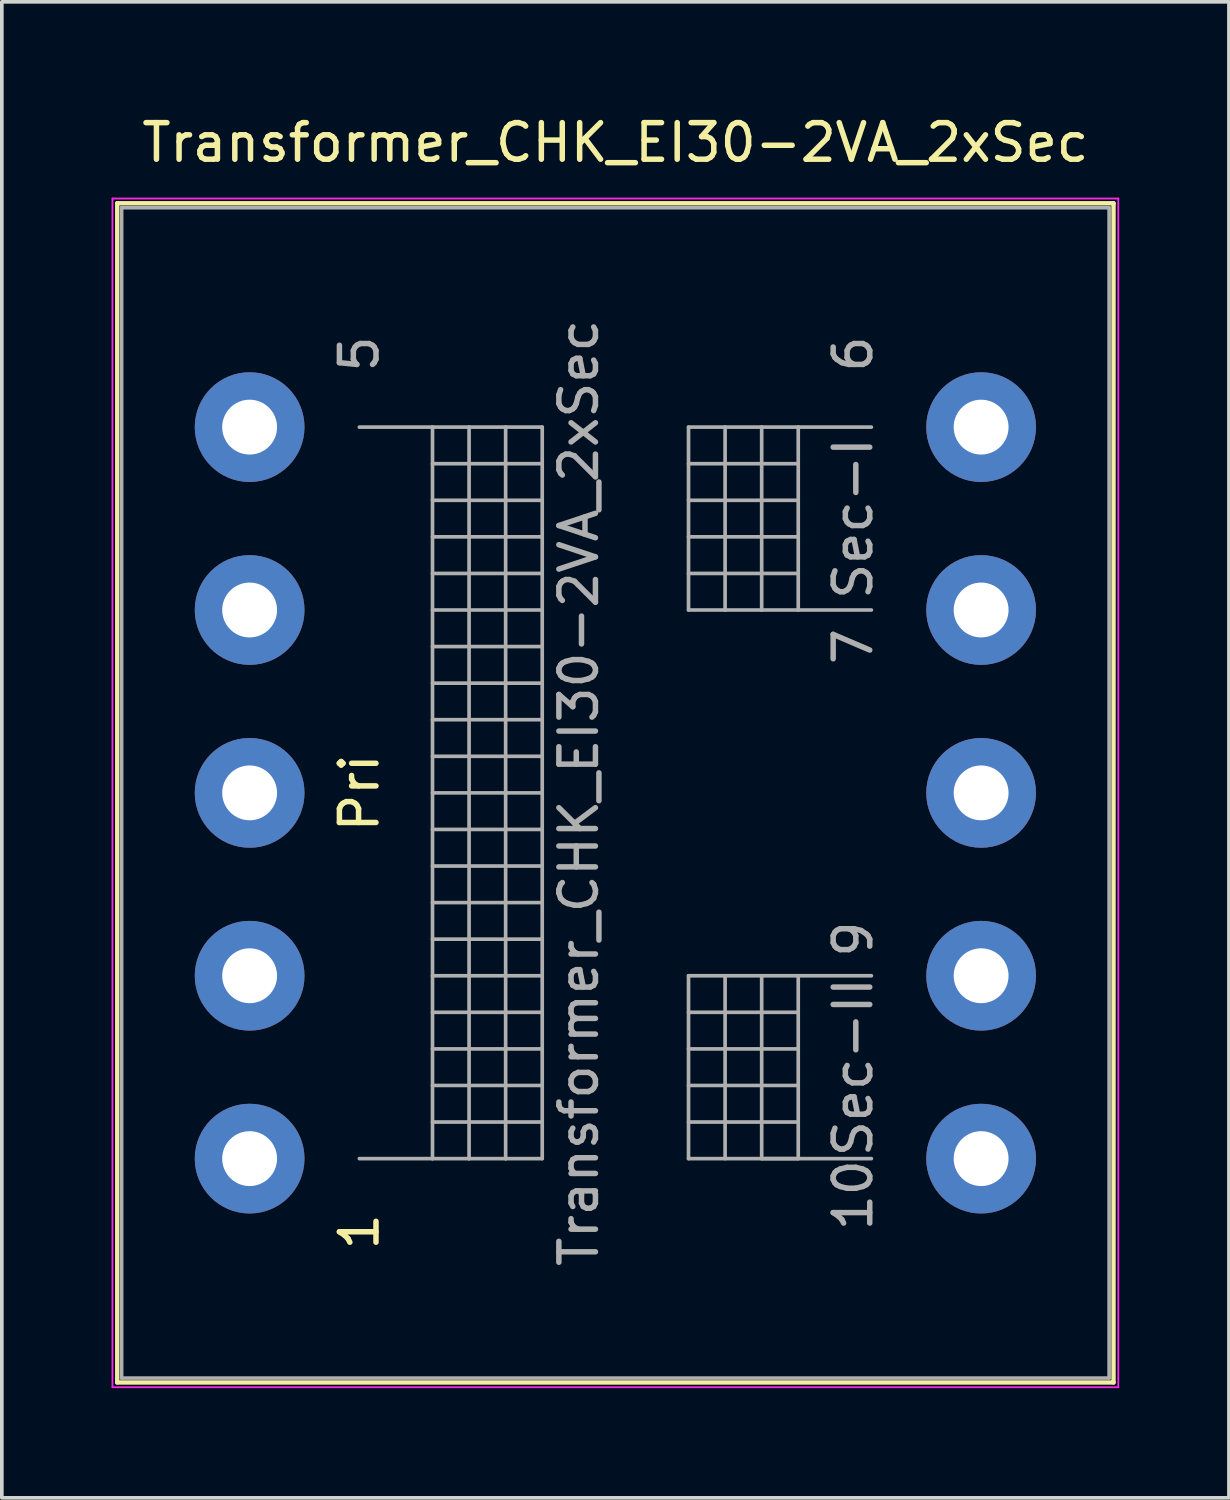
<source format=kicad_pcb>
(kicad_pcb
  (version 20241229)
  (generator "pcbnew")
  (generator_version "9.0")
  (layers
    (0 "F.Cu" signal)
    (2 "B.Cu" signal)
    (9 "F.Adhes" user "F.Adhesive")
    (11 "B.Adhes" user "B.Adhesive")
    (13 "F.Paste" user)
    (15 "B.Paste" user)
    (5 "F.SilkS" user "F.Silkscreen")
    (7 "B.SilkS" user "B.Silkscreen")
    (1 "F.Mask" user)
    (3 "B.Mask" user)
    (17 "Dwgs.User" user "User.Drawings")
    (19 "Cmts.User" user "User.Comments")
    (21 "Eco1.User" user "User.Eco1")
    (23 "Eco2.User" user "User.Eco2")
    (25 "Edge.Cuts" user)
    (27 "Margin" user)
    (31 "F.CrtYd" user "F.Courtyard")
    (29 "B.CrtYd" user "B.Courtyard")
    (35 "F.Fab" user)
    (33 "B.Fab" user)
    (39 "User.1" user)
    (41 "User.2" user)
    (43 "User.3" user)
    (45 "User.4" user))
  (footprint "Transformer_CHK_EI30-2VA_2xSec"
    (layer "F.Cu")
    (at 3.775 28.628)
    (property "Reference" "Transformer_CHK_EI30-2VA_2xSec" (at 10 -27.78 0) (layer "F.SilkS") (effects (font (size 1 1) (thickness 0.15))))
    (attr through_hole)
    (fp_line (start -3.62 -26.12) (end -3.62 6.12) (stroke (width 0.12) (type solid)) (layer "F.SilkS"))
    (fp_line (start -3.62 -26.12) (end 23.62 -26.12) (stroke (width 0.12) (type solid)) (layer "F.SilkS"))
    (fp_line (start 23.62 6.12) (end -3.62 6.12) (stroke (width 0.12) (type solid)) (layer "F.SilkS"))
    (fp_line (start 23.62 6.12) (end 23.62 -26.12) (stroke (width 0.12) (type solid)) (layer "F.SilkS"))
    (fp_line (start -3.75 -26.25) (end -3.75 6.25) (stroke (width 0.05) (type solid)) (layer "F.CrtYd"))
    (fp_line (start -3.75 -26.25) (end 23.75 -26.25) (stroke (width 0.05) (type solid)) (layer "F.CrtYd"))
    (fp_line (start 23.75 6.25) (end -3.75 6.25) (stroke (width 0.05) (type solid)) (layer "F.CrtYd"))
    (fp_line (start 23.75 6.25) (end 23.75 -26.25) (stroke (width 0.05) (type solid)) (layer "F.CrtYd"))
    (fp_line (start -3.5 -26) (end -3.5 6) (stroke (width 0.1) (type solid)) (layer "F.Fab"))
    (fp_line (start -3.5 6) (end 23.5 6) (stroke (width 0.1) (type solid)) (layer "F.Fab"))
    (fp_line (start 3 -20) (end 5 -20) (stroke (width 0.1) (type solid)) (layer "F.Fab"))
    (fp_line (start 5 -20) (end 5 0) (stroke (width 0.1) (type solid)) (layer "F.Fab"))
    (fp_line (start 5 -20) (end 6 -20) (stroke (width 0.1) (type solid)) (layer "F.Fab"))
    (fp_line (start 5 -19) (end 8 -19) (stroke (width 0.1) (type solid)) (layer "F.Fab"))
    (fp_line (start 5 -17) (end 8 -17) (stroke (width 0.1) (type solid)) (layer "F.Fab"))
    (fp_line (start 5 -15) (end 8 -15) (stroke (width 0.1) (type solid)) (layer "F.Fab"))
    (fp_line (start 5 -13) (end 8 -13) (stroke (width 0.1) (type solid)) (layer "F.Fab"))
    (fp_line (start 5 -11) (end 8 -11) (stroke (width 0.1) (type solid)) (layer "F.Fab"))
    (fp_line (start 5 -9) (end 8 -9) (stroke (width 0.1) (type solid)) (layer "F.Fab"))
    (fp_line (start 5 -7) (end 8 -7) (stroke (width 0.1) (type solid)) (layer "F.Fab"))
    (fp_line (start 5 -5) (end 8 -5) (stroke (width 0.1) (type solid)) (layer "F.Fab"))
    (fp_line (start 5 -3) (end 8 -3) (stroke (width 0.1) (type solid)) (layer "F.Fab"))
    (fp_line (start 5 -1) (end 8 -1) (stroke (width 0.1) (type solid)) (layer "F.Fab"))
    (fp_line (start 5 0) (end 3 0) (stroke (width 0.1) (type solid)) (layer "F.Fab"))
    (fp_line (start 6 -20) (end 6 0) (stroke (width 0.1) (type solid)) (layer "F.Fab"))
    (fp_line (start 6 -20) (end 7 -20) (stroke (width 0.1) (type solid)) (layer "F.Fab"))
    (fp_line (start 6 0) (end 5 0) (stroke (width 0.1) (type solid)) (layer "F.Fab"))
    (fp_line (start 7 -20) (end 7 0) (stroke (width 0.1) (type solid)) (layer "F.Fab"))
    (fp_line (start 7 -20) (end 8 -20) (stroke (width 0.1) (type solid)) (layer "F.Fab"))
    (fp_line (start 7 0) (end 6 0) (stroke (width 0.1) (type solid)) (layer "F.Fab"))
    (fp_line (start 8 -20) (end 8 0) (stroke (width 0.1) (type solid)) (layer "F.Fab"))
    (fp_line (start 8 -18) (end 5 -18) (stroke (width 0.1) (type solid)) (layer "F.Fab"))
    (fp_line (start 8 -16) (end 5 -16) (stroke (width 0.1) (type solid)) (layer "F.Fab"))
    (fp_line (start 8 -14) (end 5 -14) (stroke (width 0.1) (type solid)) (layer "F.Fab"))
    (fp_line (start 8 -12) (end 5 -12) (stroke (width 0.1) (type solid)) (layer "F.Fab"))
    (fp_line (start 8 -10) (end 5 -10) (stroke (width 0.1) (type solid)) (layer "F.Fab"))
    (fp_line (start 8 -8) (end 5 -8) (stroke (width 0.1) (type solid)) (layer "F.Fab"))
    (fp_line (start 8 -6) (end 5 -6) (stroke (width 0.1) (type solid)) (layer "F.Fab"))
    (fp_line (start 8 -4) (end 5 -4) (stroke (width 0.1) (type solid)) (layer "F.Fab"))
    (fp_line (start 8 -2) (end 5 -2) (stroke (width 0.1) (type solid)) (layer "F.Fab"))
    (fp_line (start 8 0) (end 7 0) (stroke (width 0.1) (type solid)) (layer "F.Fab"))
    (fp_line (start 12 -20) (end 12 -15) (stroke (width 0.1) (type solid)) (layer "F.Fab"))
    (fp_line (start 12 -19) (end 15 -19) (stroke (width 0.1) (type solid)) (layer "F.Fab"))
    (fp_line (start 12 -17) (end 15 -17) (stroke (width 0.1) (type solid)) (layer "F.Fab"))
    (fp_line (start 12 -15) (end 13 -15) (stroke (width 0.1) (type solid)) (layer "F.Fab"))
    (fp_line (start 12 -5) (end 12 0) (stroke (width 0.1) (type solid)) (layer "F.Fab"))
    (fp_line (start 12 -4) (end 15 -4) (stroke (width 0.1) (type solid)) (layer "F.Fab"))
    (fp_line (start 12 -2) (end 15 -2) (stroke (width 0.1) (type solid)) (layer "F.Fab"))
    (fp_line (start 12 0) (end 17 0) (stroke (width 0.1) (type solid)) (layer "F.Fab"))
    (fp_line (start 13 -20) (end 12 -20) (stroke (width 0.1) (type solid)) (layer "F.Fab"))
    (fp_line (start 13 -20) (end 13 -15) (stroke (width 0.1) (type solid)) (layer "F.Fab"))
    (fp_line (start 13 -15) (end 14 -15) (stroke (width 0.1) (type solid)) (layer "F.Fab"))
    (fp_line (start 13 -5) (end 13 0) (stroke (width 0.1) (type solid)) (layer "F.Fab"))
    (fp_line (start 14 -20) (end 13 -20) (stroke (width 0.1) (type solid)) (layer "F.Fab"))
    (fp_line (start 14 -20) (end 14 -15) (stroke (width 0.1) (type solid)) (layer "F.Fab"))
    (fp_line (start 14 -15) (end 15 -15) (stroke (width 0.1) (type solid)) (layer "F.Fab"))
    (fp_line (start 14 0) (end 14 -5) (stroke (width 0.1) (type solid)) (layer "F.Fab"))
    (fp_line (start 15 -20) (end 14 -20) (stroke (width 0.1) (type solid)) (layer "F.Fab"))
    (fp_line (start 15 -20) (end 15 -15) (stroke (width 0.1) (type solid)) (layer "F.Fab"))
    (fp_line (start 15 -18) (end 12 -18) (stroke (width 0.1) (type solid)) (layer "F.Fab"))
    (fp_line (start 15 -16) (end 12 -16) (stroke (width 0.1) (type solid)) (layer "F.Fab"))
    (fp_line (start 15 -15) (end 17 -15) (stroke (width 0.1) (type solid)) (layer "F.Fab"))
    (fp_line (start 15 -5) (end 15 0) (stroke (width 0.1) (type solid)) (layer "F.Fab"))
    (fp_line (start 15 -3) (end 12 -3) (stroke (width 0.1) (type solid)) (layer "F.Fab"))
    (fp_line (start 15 -1) (end 12 -1) (stroke (width 0.1) (type solid)) (layer "F.Fab"))
    (fp_line (start 15 0) (end 14 0) (stroke (width 0.1) (type solid)) (layer "F.Fab"))
    (fp_line (start 17 -20) (end 15 -20) (stroke (width 0.1) (type solid)) (layer "F.Fab"))
    (fp_line (start 17 -5) (end 12 -5) (stroke (width 0.1) (type solid)) (layer "F.Fab"))
    (fp_line (start 23.5 -26) (end -3.5 -26) (stroke (width 0.1) (type solid)) (layer "F.Fab"))
    (fp_line (start 23.5 6) (end 23.5 -26) (stroke (width 0.1) (type solid)) (layer "F.Fab"))
    (fp_text user "1" (at 3 2 90) (layer "F.SilkS") (effects (font (size 1 1) (thickness 0.15))))
    (fp_text user "Pri" (at 3 -10 90) (layer "F.SilkS") (effects (font (size 1 1) (thickness 0.15))))
    (fp_text user "Sec-I" (at 16.5 -17.5 90) (layer "F.Fab") (effects (font (size 1 1) (thickness 0.15))))
    (fp_text user "9" (at 16.5 -6 90) (layer "F.Fab") (effects (font (size 1 1) (thickness 0.15))))
    (fp_text user "6" (at 16.5 -22 90) (layer "F.Fab") (effects (font (size 1 1) (thickness 0.15))))
    (fp_text user "${REFERENCE}" (at 9 -10 90) (layer "F.Fab") (effects (font (size 1 1) (thickness 0.15))))
    (fp_text user "10" (at 16.5 1 90) (layer "F.Fab") (effects (font (size 1 1) (thickness 0.15))))
    (fp_text user "5" (at 3 -22 90) (layer "F.Fab") (effects (font (size 1 1) (thickness 0.15))))
    (fp_text user "Sec-II" (at 16.5 -2.5 90) (layer "F.Fab") (effects (font (size 1 1) (thickness 0.15))))
    (fp_text user "7" (at 16.5 -14 90) (layer "F.Fab") (effects (font (size 1 1) (thickness 0.15))))
    (pad "1" thru_hole circle (at 0 0) (size 3 3) (drill 1.5) (layers "*.Cu" "*.Mask"))
    (pad "2" thru_hole circle (at 0 -5) (size 3 3) (drill 1.5) (layers "*.Cu" "*.Mask"))
    (pad "3" thru_hole circle (at 0 -10) (size 3 3) (drill 1.5) (layers "*.Cu" "*.Mask"))
    (pad "4" thru_hole circle (at 0 -15) (size 3 3) (drill 1.5) (layers "*.Cu" "*.Mask"))
    (pad "5" thru_hole circle (at 0 -20) (size 3 3) (drill 1.5) (layers "*.Cu" "*.Mask"))
    (pad "6" thru_hole circle (at 20 -20) (size 3 3) (drill 1.5) (layers "*.Cu" "*.Mask"))
    (pad "7" thru_hole circle (at 20 -15) (size 3 3) (drill 1.5) (layers "*.Cu" "*.Mask"))
    (pad "8" thru_hole circle (at 20 -10) (size 3 3) (drill 1.5) (layers "*.Cu" "*.Mask"))
    (pad "9" thru_hole circle (at 20 -5) (size 3 3) (drill 1.5) (layers "*.Cu" "*.Mask"))
    (pad "10" thru_hole circle (at 20 0) (size 3 3) (drill 1.5) (layers "*.Cu" "*.Mask")))
  (gr_rect
    (start -3 -3)
    (end 30.55 37.903)
    (stroke (width 0.1) (type default))
    (fill no)
    (layer "Edge.Cuts")))
</source>
